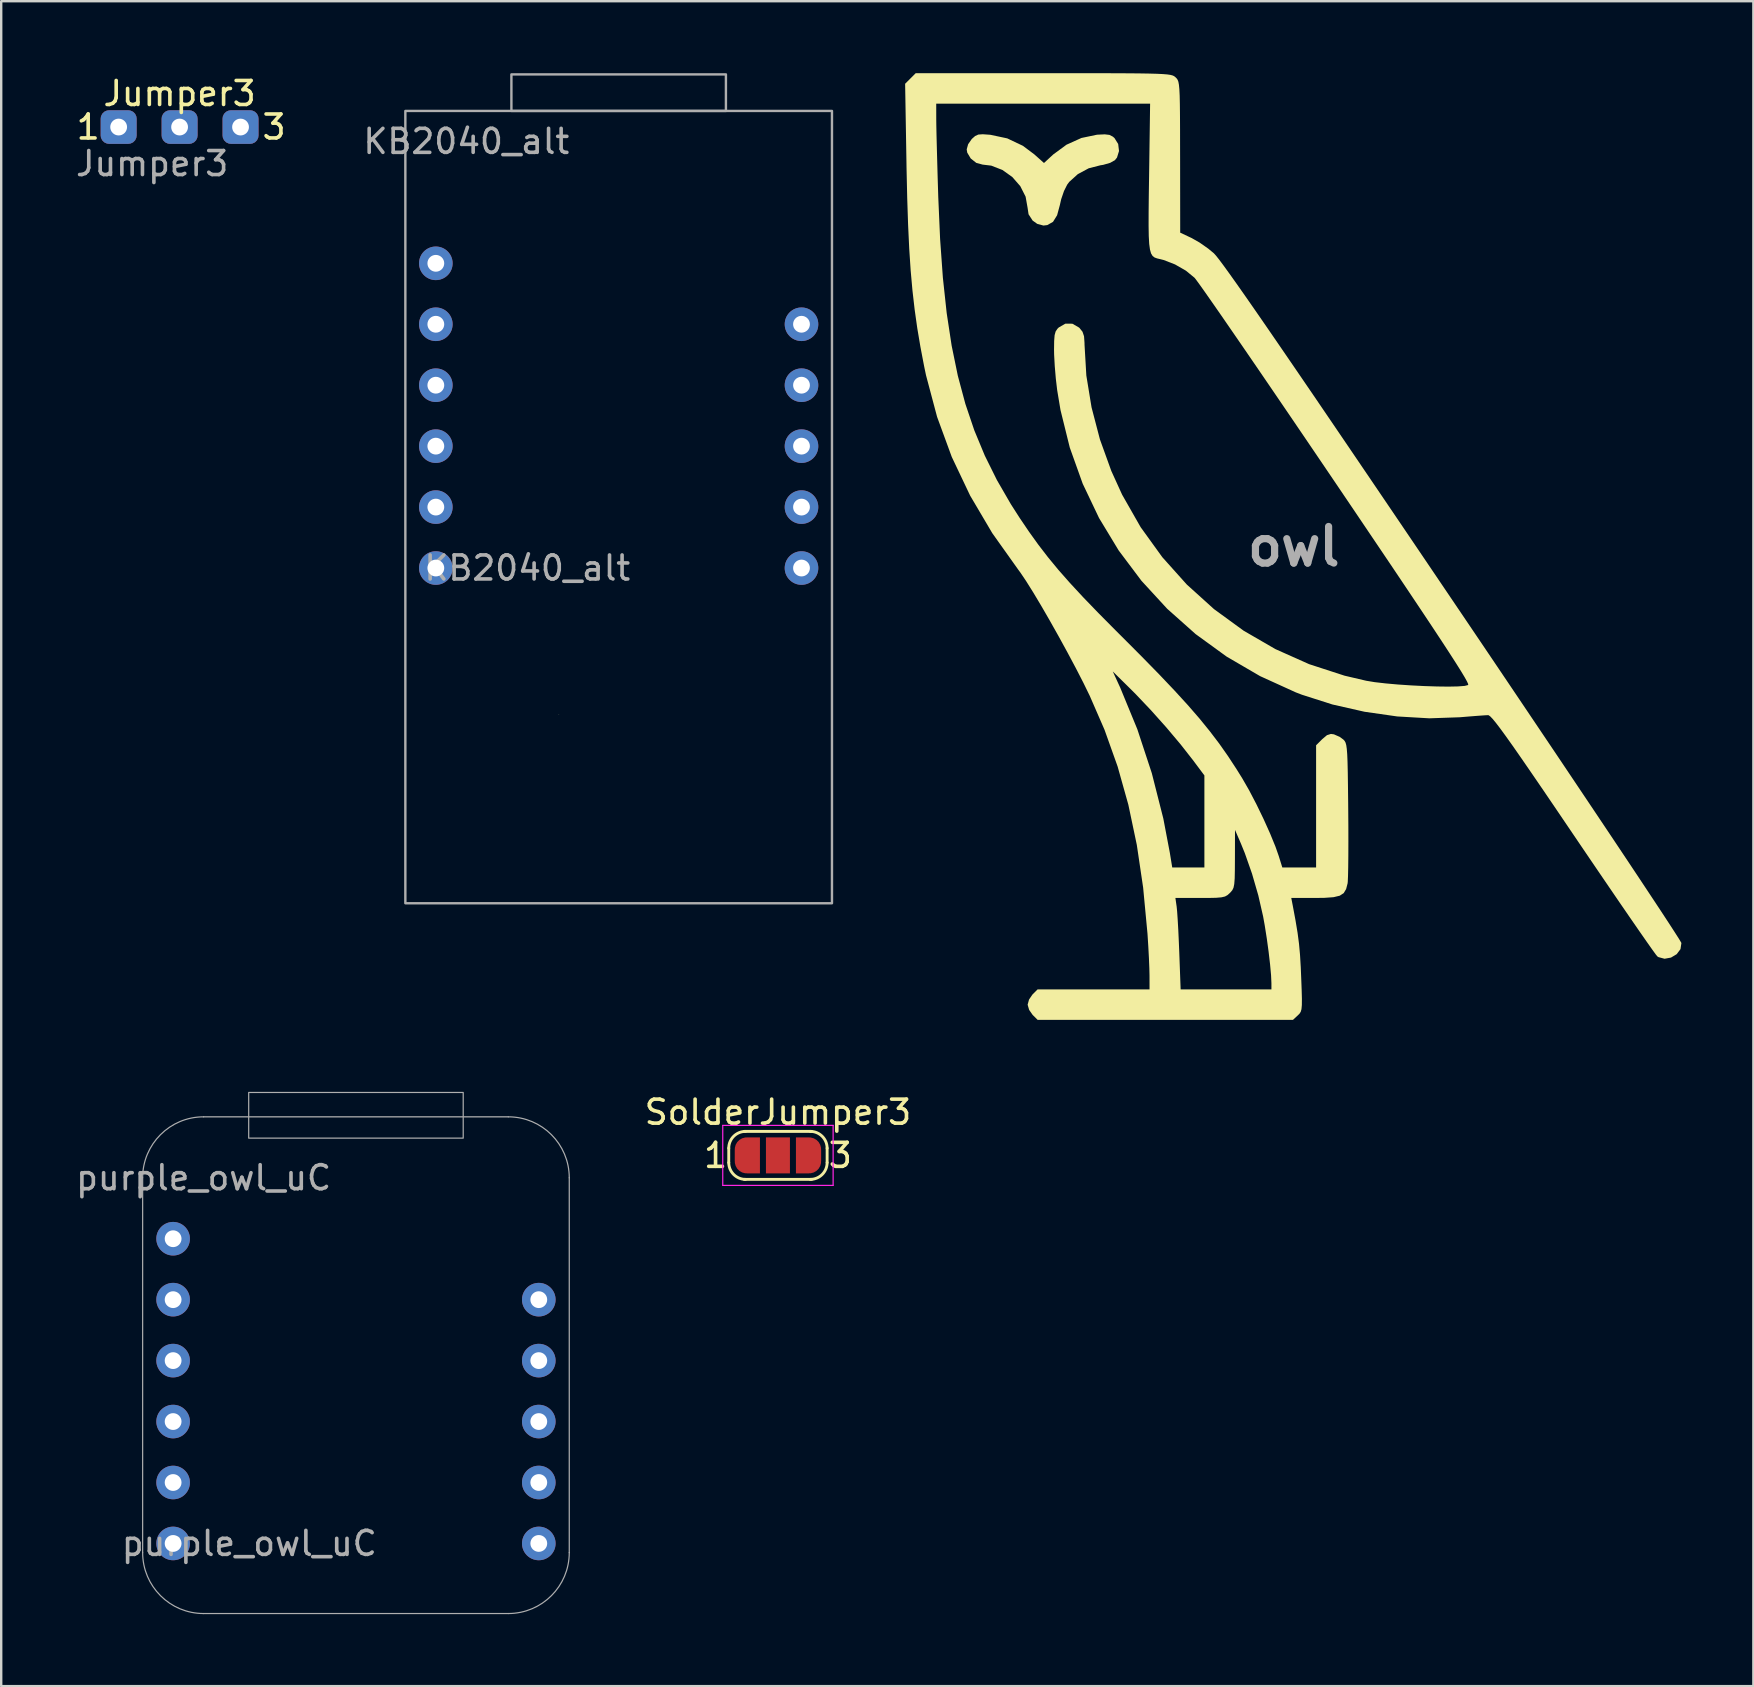
<source format=kicad_pcb>
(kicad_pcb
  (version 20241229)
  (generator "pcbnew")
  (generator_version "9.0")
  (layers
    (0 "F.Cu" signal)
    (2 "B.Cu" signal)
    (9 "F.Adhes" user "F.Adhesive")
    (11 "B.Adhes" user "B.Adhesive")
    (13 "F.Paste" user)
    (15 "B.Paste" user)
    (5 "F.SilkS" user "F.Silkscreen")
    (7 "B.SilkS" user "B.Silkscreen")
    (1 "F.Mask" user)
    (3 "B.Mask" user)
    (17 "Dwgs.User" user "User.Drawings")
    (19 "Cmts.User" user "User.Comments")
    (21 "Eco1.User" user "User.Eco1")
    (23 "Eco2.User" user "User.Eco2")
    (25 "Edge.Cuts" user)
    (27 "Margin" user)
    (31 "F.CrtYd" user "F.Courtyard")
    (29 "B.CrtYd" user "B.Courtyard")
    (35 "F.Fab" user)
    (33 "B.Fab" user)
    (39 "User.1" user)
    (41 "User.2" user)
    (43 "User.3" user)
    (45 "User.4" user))
  (footprint "Jumper3"
    (layer "F.Cu")
    (at 4.435 2.245)
    (property "Reference" "Jumper3" (at 0 -1.397 0) (unlocked yes) (layer "F.SilkS") (effects (font (size 1 1) (thickness 0.15))))
    (attr through_hole)
    (fp_text user "1" (at -3.81 0 0) (unlocked yes) (layer "F.SilkS") (effects (font (size 1 1) (thickness 0.15))))
    (fp_text user "3" (at 3.937 0 0) (unlocked yes) (layer "F.SilkS") (effects (font (size 1 1) (thickness 0.15))))
    (fp_text user "${REFERENCE}" (at -1.143 1.524 0) (unlocked yes) (layer "F.Fab") (effects (font (size 1 1) (thickness 0.15))))
    (pad "1" thru_hole roundrect (at -2.54 0 90) (size 1.4 1.5) (drill 0.7) (layers "*.Cu" "*.Mask") (roundrect_rratio 0.25))
    (pad "2" thru_hole roundrect (at 0 0 90) (size 1.4 1.5) (drill 0.7) (layers "*.Cu" "*.Mask") (roundrect_rratio 0.25))
    (pad "3" thru_hole roundrect (at 2.54 0 90) (size 1.4 1.5) (drill 0.7) (layers "*.Cu" "*.Mask") (roundrect_rratio 0.25)))
  (footprint "SolderJumper3"
    (layer "F.Cu")
    (at 29.372 45.103)
    (property "Reference" "SolderJumper3" (at 0 -1.8 0) (layer "F.SilkS") (effects (font (size 1 1) (thickness 0.15))))
    (attr exclude_from_pos_files exclude_from_bom)
    (fp_line (start -2.05 0.3) (end -2.05 -0.3) (stroke (width 0.12) (type solid)) (layer "F.SilkS"))
    (fp_line (start -1.4 -1) (end 1.4 -1) (stroke (width 0.12) (type solid)) (layer "F.SilkS"))
    (fp_line (start 1.4 1) (end -1.4 1) (stroke (width 0.12) (type solid)) (layer "F.SilkS"))
    (fp_line (start 2.05 -0.3) (end 2.05 0.3) (stroke (width 0.12) (type solid)) (layer "F.SilkS"))
    (fp_arc (start -2.05 -0.3) (mid -1.844975 -0.794975) (end -1.35 -1) (stroke (width 0.12) (type solid)) (layer "F.SilkS"))
    (fp_arc (start -1.35 1) (mid -1.844975 0.794975) (end -2.05 0.3) (stroke (width 0.12) (type solid)) (layer "F.SilkS"))
    (fp_arc (start 1.35 -1) (mid 1.844975 -0.794975) (end 2.05 -0.3) (stroke (width 0.12) (type solid)) (layer "F.SilkS"))
    (fp_arc (start 2.05 0.3) (mid 1.844975 0.794975) (end 1.35 1) (stroke (width 0.12) (type solid)) (layer "F.SilkS"))
    (fp_line (start -2.3 -1.25) (end -2.3 1.25) (stroke (width 0.05) (type solid)) (layer "F.CrtYd"))
    (fp_line (start -2.3 -1.25) (end 2.3 -1.25) (stroke (width 0.05) (type solid)) (layer "F.CrtYd"))
    (fp_line (start 2.3 1.25) (end -2.3 1.25) (stroke (width 0.05) (type solid)) (layer "F.CrtYd"))
    (fp_line (start 2.3 1.25) (end 2.3 -1.25) (stroke (width 0.05) (type solid)) (layer "F.CrtYd"))
    (fp_text user "1" (at -2.6 0 0) (layer "F.SilkS") (effects (font (size 1 1) (thickness 0.15))))
    (fp_text user "3" (at 2.6 0 0) (layer "F.SilkS") (effects (font (size 1 1) (thickness 0.15))))
    (pad "" smd rect (at 0 0) (size 2 1.5) (layers "F.Mask"))
    (pad "1" smd custom (at -1.3 0) (size 1 0.5) (layers "F.Cu" "F.Mask") (options (anchor rect)) (primitives (gr_circle (center 0 0.25) (end 0.5 0.25) (width 0) (fill yes)) (gr_circle (center 0 -0.25) (end 0.5 -0.25) (width 0) (fill yes)) (gr_poly (pts (xy 0.55 0.75) (xy 0 0.75) (xy 0 -0.75) (xy 0.55 -0.75)) (width 0) (fill yes))))
    (pad "2" smd rect (at 0 0) (size 1 1.5) (layers "F.Cu" "F.Mask"))
    (pad "3" smd custom (at 1.3 0) (size 1 0.5) (layers "F.Cu" "F.Mask") (options (anchor rect)) (primitives (gr_circle (center 0 0.25) (end 0.5 0.25) (width 0) (fill yes)) (gr_circle (center 0 -0.25) (end 0.5 -0.25) (width 0) (fill yes)) (gr_poly (pts (xy 0 0.75) (xy -0.55 0.75) (xy -0.55 -0.75) (xy 0 -0.75)) (width 0) (fill yes)))))
  (footprint "owl"
    (layer "F.Cu")
    (at 50.87 19.727)
    (property "Reference" "owl" (at 0 0 0) (layer "F.Fab") (effects (font (size 1.524 1.524) (thickness 0.3))))
    (attr board_only exclude_from_pos_files exclude_from_bom)
    (fp_poly (pts (xy -12.665 -17.161) (xy -12.642 -17.159) (xy -11.941 -17.01) (xy -11.289 -16.7) (xy -10.814 -16.344) (xy -10.41 -15.984) (xy -10.025 -16.339) (xy -9.472 -16.746) (xy -8.849 -17.027) (xy -8.203 -17.162) (xy -8.182 -17.164) (xy -7.877 -17.178) (xy -7.682 -17.155) (xy -7.543 -17.084) (xy -7.472 -17.023) (xy -7.318 -16.776) (xy -7.283 -16.483) (xy -7.367 -16.21) (xy -7.454 -16.101) (xy -7.652 -15.99) (xy -7.941 -15.907) (xy -8.056 -15.889) (xy -8.546 -15.763) (xy -8.998 -15.521) (xy -9.358 -15.196) (xy -9.444 -15.08) (xy -9.576 -14.816) (xy -9.693 -14.474) (xy -9.748 -14.232) (xy -9.863 -13.806) (xy -10.034 -13.531) (xy -10.272 -13.396) (xy -10.434 -13.377) (xy -10.691 -13.447) (xy -10.884 -13.585) (xy -11.053 -13.846) (xy -11.093 -14.114) (xy -11.176 -14.581) (xy -11.398 -15.019) (xy -11.73 -15.399) (xy -12.144 -15.694) (xy -12.608 -15.874) (xy -12.968 -15.917) (xy -13.232 -15.989) (xy -13.463 -16.172) (xy -13.608 -16.414) (xy -13.631 -16.552) (xy -13.571 -16.766) (xy -13.421 -16.982) (xy -13.412 -16.991) (xy -13.279 -17.109) (xy -13.147 -17.169) (xy -12.961 -17.182)) (stroke (width 0) (type solid)) (fill yes) (layer "F.SilkS"))
    (fp_poly (pts (xy -9.353 -19.727) (xy -8.429 -19.727) (xy -7.649 -19.725) (xy -7 -19.722) (xy -6.469 -19.718) (xy -6.043 -19.711) (xy -5.711 -19.702) (xy -5.458 -19.69) (xy -5.273 -19.675) (xy -5.142 -19.656) (xy -5.052 -19.633) (xy -4.992 -19.606) (xy -4.947 -19.573) (xy -4.927 -19.555) (xy -4.879 -19.507) (xy -4.84 -19.45) (xy -4.809 -19.368) (xy -4.786 -19.243) (xy -4.768 -19.059) (xy -4.755 -18.798) (xy -4.747 -18.444) (xy -4.742 -17.979) (xy -4.739 -17.388) (xy -4.738 -16.652) (xy -4.737 -16.232) (xy -4.733 -13.081) (xy -4.25 -12.853) (xy -3.922 -12.666) (xy -3.567 -12.417) (xy -3.327 -12.218) (xy -3.245 -12.127) (xy -3.112 -11.96) (xy -2.927 -11.712) (xy -2.686 -11.379) (xy -2.386 -10.957) (xy -2.024 -10.442) (xy -1.599 -9.831) (xy -1.107 -9.119) (xy -0.545 -8.301) (xy 0.089 -7.375) (xy 0.799 -6.336) (xy 1.586 -5.179) (xy 2.454 -3.902) (xy 3.406 -2.499) (xy 4.444 -0.968) (xy 5.571 0.697) (xy 6.617 2.244) (xy 7.561 3.64) (xy 8.479 5) (xy 9.367 6.318) (xy 10.221 7.587) (xy 11.037 8.8) (xy 11.808 9.95) (xy 12.532 11.03) (xy 13.204 12.034) (xy 13.818 12.954) (xy 14.371 13.785) (xy 14.858 14.52) (xy 15.275 15.15) (xy 15.616 15.671) (xy 15.878 16.075) (xy 16.056 16.354) (xy 16.145 16.504) (xy 16.155 16.526) (xy 16.118 16.779) (xy 15.959 16.99) (xy 15.722 17.132) (xy 15.454 17.181) (xy 15.2 17.113) (xy 15.149 17.079) (xy 15.081 16.993) (xy 14.926 16.778) (xy 14.692 16.446) (xy 14.387 16.008) (xy 14.019 15.475) (xy 13.596 14.86) (xy 13.126 14.172) (xy 12.617 13.425) (xy 12.076 12.629) (xy 11.651 12.002) (xy 10.983 11.016) (xy 10.403 10.162) (xy 9.904 9.433) (xy 9.481 8.819) (xy 9.128 8.312) (xy 8.837 7.903) (xy 8.604 7.584) (xy 8.422 7.346) (xy 8.285 7.18) (xy 8.187 7.079) (xy 8.122 7.033) (xy 8.101 7.028) (xy 7.946 7.036) (xy 7.663 7.056) (xy 7.295 7.085) (xy 6.92 7.116) (xy 5.648 7.16) (xy 4.31 7.082) (xy 2.95 6.887) (xy 1.613 6.584) (xy 0.34 6.177) (xy 0.085 6.079) (xy -1.403 5.402) (xy -2.797 4.589) (xy -4.09 3.65) (xy -5.276 2.594) (xy -6.347 1.429) (xy -7.296 0.166) (xy -8.115 -1.187) (xy -8.797 -2.619) (xy -9.335 -4.124) (xy -9.722 -5.689) (xy -9.86 -6.517) (xy -9.917 -7) (xy -9.961 -7.518) (xy -9.987 -7.992) (xy -9.991 -8.201) (xy -9.986 -8.568) (xy -9.967 -8.808) (xy -9.924 -8.963) (xy -9.849 -9.075) (xy -9.795 -9.129) (xy -9.52 -9.287) (xy -9.227 -9.286) (xy -8.95 -9.126) (xy -8.928 -9.106) (xy -8.804 -8.95) (xy -8.741 -8.763) (xy -8.721 -8.484) (xy -8.72 -8.407) (xy -8.645 -7.126) (xy -8.428 -5.801) (xy -8.078 -4.463) (xy -7.603 -3.147) (xy -7.153 -2.159) (xy -6.382 -0.807) (xy -5.48 0.443) (xy -4.458 1.584) (xy -3.324 2.609) (xy -2.09 3.508) (xy -0.766 4.275) (xy 0.64 4.903) (xy 2.116 5.383) (xy 3.017 5.594) (xy 3.374 5.653) (xy 3.825 5.705) (xy 4.338 5.751) (xy 4.886 5.788) (xy 5.439 5.816) (xy 5.969 5.833) (xy 6.446 5.839) (xy 6.841 5.831) (xy 7.125 5.809) (xy 7.27 5.772) (xy 7.267 5.729) (xy 7.22 5.624) (xy 7.123 5.449) (xy 6.973 5.199) (xy 6.765 4.868) (xy 6.497 4.451) (xy 6.164 3.941) (xy 5.762 3.332) (xy 5.287 2.618) (xy 4.736 1.794) (xy 4.105 0.853) (xy 3.388 -0.21) (xy 2.584 -1.402) (xy 1.779 -2.593) (xy 1.052 -3.666) (xy 0.347 -4.705) (xy -0.329 -5.699) (xy -0.97 -6.64) (xy -1.57 -7.518) (xy -2.123 -8.325) (xy -2.623 -9.051) (xy -3.062 -9.688) (xy -3.436 -10.225) (xy -3.737 -10.655) (xy -3.96 -10.968) (xy -4.098 -11.154) (xy -4.136 -11.201) (xy -4.495 -11.496) (xy -4.948 -11.756) (xy -5.42 -11.94) (xy -5.567 -11.977) (xy -5.695 -12.007) (xy -5.8 -12.045) (xy -5.883 -12.109) (xy -5.947 -12.214) (xy -5.993 -12.377) (xy -6.025 -12.613) (xy -6.043 -12.938) (xy -6.05 -13.37) (xy -6.049 -13.923) (xy -6.042 -14.614) (xy -6.03 -15.413) (xy -5.987 -18.457) (xy -14.901 -18.457) (xy -14.9 -17.801) (xy -14.897 -17.548) (xy -14.889 -17.153) (xy -14.876 -16.645) (xy -14.86 -16.052) (xy -14.842 -15.402) (xy -14.821 -14.723) (xy -14.816 -14.563) (xy -14.739 -12.808) (xy -14.624 -11.202) (xy -14.465 -9.73) (xy -14.259 -8.374) (xy -14.001 -7.118) (xy -13.687 -5.946) (xy -13.314 -4.842) (xy -12.877 -3.789) (xy -12.372 -2.77) (xy -11.794 -1.77) (xy -11.423 -1.191) (xy -11.032 -0.614) (xy -10.645 -0.075) (xy -10.244 0.446) (xy -9.811 0.971) (xy -9.328 1.519) (xy -8.778 2.113) (xy -8.141 2.773) (xy -7.401 3.52) (xy -7.195 3.725) (xy -6.348 4.574) (xy -5.612 5.326) (xy -4.974 5.998) (xy -4.418 6.606) (xy -3.931 7.167) (xy -3.499 7.698) (xy -3.106 8.215) (xy -2.74 8.736) (xy -2.386 9.277) (xy -2.145 9.664) (xy -1.858 10.164) (xy -1.555 10.745) (xy -1.257 11.36) (xy -0.985 11.965) (xy -0.762 12.511) (xy -0.629 12.89) (xy -0.477 13.377) (xy 0.931 13.377) (xy 0.931 8.284) (xy 1.187 8.028) (xy 1.383 7.863) (xy 1.548 7.811) (xy 1.674 7.828) (xy 1.916 7.934) (xy 2.074 8.051) (xy 2.121 8.104) (xy 2.158 8.173) (xy 2.188 8.278) (xy 2.21 8.435) (xy 2.228 8.664) (xy 2.241 8.982) (xy 2.251 9.407) (xy 2.259 9.958) (xy 2.267 10.652) (xy 2.27 10.988) (xy 2.275 11.669) (xy 2.276 12.307) (xy 2.274 12.879) (xy 2.269 13.362) (xy 2.261 13.733) (xy 2.251 13.971) (xy 2.244 14.038) (xy 2.182 14.277) (xy 2.082 14.445) (xy 1.916 14.553) (xy 1.658 14.615) (xy 1.279 14.642) (xy 0.88 14.647) (xy -0.104 14.647) (xy -0.042 14.965) (xy 0.074 15.588) (xy 0.159 16.101) (xy 0.219 16.561) (xy 0.261 17.022) (xy 0.292 17.541) (xy 0.309 17.956) (xy 0.329 18.473) (xy 0.339 18.848) (xy 0.337 19.108) (xy 0.322 19.28) (xy 0.29 19.392) (xy 0.239 19.471) (xy 0.166 19.543) (xy 0.166 19.543) (xy -0.032 19.727) (xy -10.676 19.727) (xy -10.884 19.52) (xy -11.028 19.313) (xy -11.091 19.1) (xy -11.091 19.092) (xy -11.033 18.881) (xy -10.891 18.672) (xy -10.884 18.665) (xy -10.676 18.457) (xy -6.011 18.457) (xy -6.012 17.886) (xy -6.019 17.581) (xy -6.036 17.16) (xy -6.062 16.677) (xy -6.093 16.184) (xy -6.097 16.129) (xy -6.237 14.647) (xy -4.933 14.647) (xy -4.881 15.007) (xy -4.861 15.209) (xy -4.838 15.544) (xy -4.813 15.978) (xy -4.79 16.475) (xy -4.772 16.912) (xy -4.715 18.457) (xy -0.931 18.457) (xy -0.931 18.2) (xy -0.946 17.869) (xy -0.987 17.418) (xy -1.048 16.892) (xy -1.124 16.336) (xy -1.209 15.796) (xy -1.277 15.419) (xy -1.478 14.54) (xy -1.74 13.635) (xy -2.04 12.78) (xy -2.203 12.379) (xy -2.449 11.811) (xy -2.452 13.021) (xy -2.455 13.498) (xy -2.462 13.836) (xy -2.48 14.066) (xy -2.511 14.218) (xy -2.561 14.323) (xy -2.635 14.411) (xy -2.663 14.44) (xy -2.76 14.527) (xy -2.865 14.586) (xy -3.013 14.621) (xy -3.238 14.64) (xy -3.574 14.647) (xy -3.902 14.647) (xy -4.933 14.647) (xy -6.237 14.647) (xy -6.277 14.219) (xy -6.541 12.437) (xy -6.894 10.761) (xy -7.341 9.169) (xy -7.887 7.638) (xy -8.503 6.223) (xy -8.769 5.678) (xy -9.011 5.207) (xy -7.543 5.207) (xy -7.232 5.884) (xy -6.519 7.617) (xy -5.916 9.448) (xy -5.436 11.339) (xy -5.165 12.764) (xy -5.065 13.377) (xy -3.725 13.377) (xy -3.725 9.54) (xy -4.205 8.898) (xy -4.717 8.245) (xy -5.314 7.536) (xy -5.953 6.821) (xy -6.588 6.152) (xy -6.813 5.927) (xy -7.543 5.207) (xy -9.011 5.207) (xy -9.084 5.066) (xy -9.432 4.413) (xy -9.798 3.745) (xy -10.168 3.088) (xy -10.527 2.467) (xy -10.861 1.909) (xy -11.155 1.44) (xy -11.394 1.085) (xy -11.476 0.974) (xy -12.563 -0.554) (xy -13.487 -2.12) (xy -14.253 -3.733) (xy -14.865 -5.403) (xy -15.327 -7.139) (xy -15.407 -7.521) (xy -15.56 -8.324) (xy -15.691 -9.1) (xy -15.8 -9.873) (xy -15.891 -10.665) (xy -15.966 -11.502) (xy -16.026 -12.406) (xy -16.073 -13.402) (xy -16.11 -14.513) (xy -16.138 -15.762) (xy -16.144 -16.141) (xy -16.197 -19.286) (xy -15.756 -19.727) (xy -10.434 -19.727)) (stroke (width 0) (type solid)) (fill yes) (layer "F.SilkS")))
  (footprint "KB2040_alt"
    (layer "F.Cu")
    (at 15.114 2.844)
    (property "Reference" "KB2040_alt" (at 3.81 17.78 0) (unlocked yes) (layer "F.Fab") (effects (font (size 1 1) (thickness 0.15))))
    (attr through_hole)
    (fp_poly (pts (xy 5.139 23.886) (xy 5.129 23.896) (xy 5.119 23.886) (xy 5.129 23.876)) (stroke (width 0) (type solid)) (fill yes) (layer "F.SilkS"))
    (fp_rect (start -1.27 -1.27) (end 16.51 31.75) (stroke (width 0.1) (type solid)) (fill no) (layer "F.Fab"))
    (fp_rect (start 3.15 -2.794) (end 12.09 -1.27) (stroke (width 0.1) (type solid)) (fill no) (layer "F.Fab"))
    (fp_text user "${REFERENCE}" (at 1.27 0 0) (unlocked yes) (layer "F.Fab") (effects (font (size 1 1) (thickness 0.15))))
    (pad "3" thru_hole circle (at 0 5.08) (size 1.4 1.4) (drill 0.7) (layers "*.Cu" "*.Mask"))
    (pad "4" thru_hole circle (at 0 7.62) (size 1.4 1.4) (drill 0.7) (layers "*.Cu" "*.Mask"))
    (pad "5" thru_hole circle (at 0 10.16) (size 1.4 1.4) (drill 0.7) (layers "*.Cu" "*.Mask"))
    (pad "6" thru_hole circle (at 0 12.7) (size 1.4 1.4) (drill 0.7) (layers "*.Cu" "*.Mask"))
    (pad "7" thru_hole circle (at 0 15.24) (size 1.4 1.4) (drill 0.7) (layers "*.Cu" "*.Mask"))
    (pad "8" thru_hole circle (at 0 17.78) (size 1.4 1.4) (drill 0.7) (layers "*.Cu" "*.Mask"))
    (pad "19" thru_hole circle (at 15.24 17.78) (size 1.4 1.4) (drill 0.7) (layers "*.Cu" "*.Mask"))
    (pad "20" thru_hole circle (at 15.24 15.24) (size 1.4 1.4) (drill 0.7) (layers "*.Cu" "*.Mask"))
    (pad "21" thru_hole circle (at 15.24 12.7) (size 1.4 1.4) (drill 0.7) (layers "*.Cu" "*.Mask"))
    (pad "22" thru_hole circle (at 15.24 10.16) (size 1.4 1.4) (drill 0.7) (layers "*.Cu" "*.Mask"))
    (pad "23" thru_hole circle (at 15.24 7.62) (size 1.4 1.4) (drill 0.7) (layers "*.Cu" "*.Mask")))
  (footprint "purple_owl_uC"
    (layer "F.Cu")
    (at 4.165 46.036)
    (property "Reference" "purple_owl_uC" (at 3.175 15.24 0) (unlocked yes) (layer "F.Fab") (effects (font (size 1 1) (thickness 0.15))))
    (attr through_hole)
    (fp_line (start -1.27 15.621) (end -1.27 0) (stroke (width 0.05) (type solid)) (layer "F.Fab"))
    (fp_line (start 1.27 -2.54) (end 13.97 -2.54) (stroke (width 0.05) (type solid)) (layer "F.Fab"))
    (fp_line (start 13.97 18.161) (end 1.27 18.161) (stroke (width 0.05) (type solid)) (layer "F.Fab"))
    (fp_line (start 16.51 0) (end 16.51 15.621) (stroke (width 0.05) (type solid)) (layer "F.Fab"))
    (fp_rect (start 3.15 -3.556) (end 12.09 -1.651) (stroke (width 0.05) (type solid)) (fill no) (layer "F.Fab"))
    (fp_arc (start -1.27 0) (mid -0.526051 -1.796051) (end 1.27 -2.54) (stroke (width 0.05) (type solid)) (layer "F.Fab"))
    (fp_arc (start 1.27 18.161) (mid -0.526051 17.417051) (end -1.27 15.621) (stroke (width 0.05) (type solid)) (layer "F.Fab"))
    (fp_arc (start 13.97 -2.54) (mid 15.766051 -1.796051) (end 16.51 0) (stroke (width 0.05) (type solid)) (layer "F.Fab"))
    (fp_arc (start 16.51 15.621) (mid 15.766051 17.417051) (end 13.97 18.161) (stroke (width 0.05) (type solid)) (layer "F.Fab"))
    (fp_text user "${REFERENCE}" (at 1.27 0 0) (unlocked yes) (layer "F.Fab") (effects (font (size 1 1) (thickness 0.15))))
    (pad "2" thru_hole circle (at 0 2.54) (size 1.4 1.4) (drill 0.7) (layers "*.Cu" "*.Mask"))
    (pad "3" thru_hole circle (at 0 5.08) (size 1.4 1.4) (drill 0.7) (layers "*.Cu" "*.Mask"))
    (pad "4" thru_hole circle (at 0 7.62) (size 1.4 1.4) (drill 0.7) (layers "*.Cu" "*.Mask"))
    (pad "5" thru_hole circle (at 0 10.16) (size 1.4 1.4) (drill 0.7) (layers "*.Cu" "*.Mask"))
    (pad "6" thru_hole circle (at 0 12.7) (size 1.4 1.4) (drill 0.7) (layers "*.Cu" "*.Mask"))
    (pad "7" thru_hole circle (at 0 15.24) (size 1.4 1.4) (drill 0.7) (layers "*.Cu" "*.Mask"))
    (pad "8" thru_hole circle (at 15.24 15.24) (size 1.4 1.4) (drill 0.7) (layers "*.Cu" "*.Mask"))
    (pad "9" thru_hole circle (at 15.24 12.7) (size 1.4 1.4) (drill 0.7) (layers "*.Cu" "*.Mask"))
    (pad "10" thru_hole circle (at 15.24 10.16) (size 1.4 1.4) (drill 0.7) (layers "*.Cu" "*.Mask"))
    (pad "11" thru_hole circle (at 15.24 7.62) (size 1.4 1.4) (drill 0.7) (layers "*.Cu" "*.Mask"))
    (pad "12" thru_hole circle (at 15.24 5.08) (size 1.4 1.4) (drill 0.7) (layers "*.Cu" "*.Mask")))
  (gr_rect
    (start -3 -3)
    (end 70.025 67.222)
    (stroke (width 0.1) (type default))
    (fill no)
    (layer "Edge.Cuts")))
</source>
